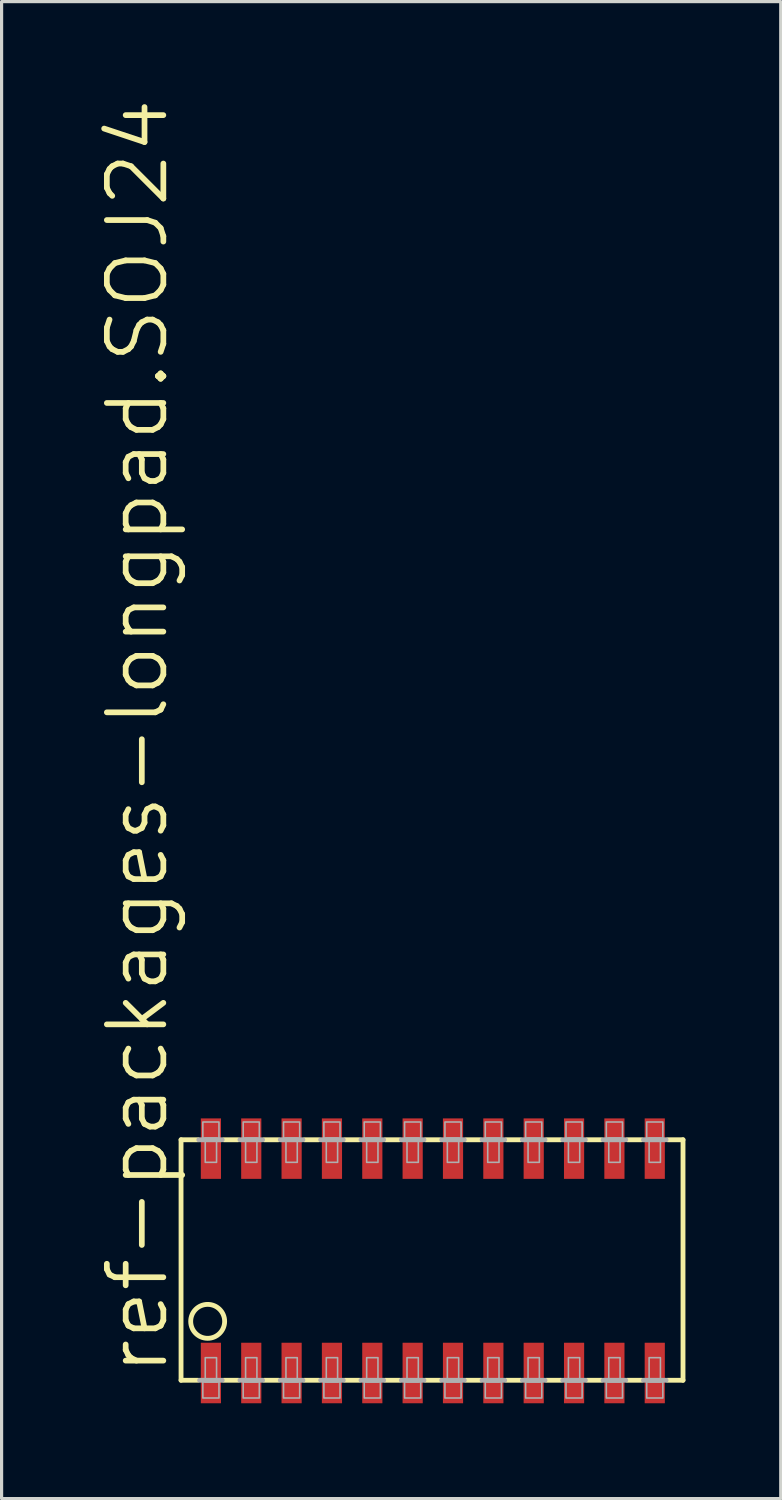
<source format=kicad_pcb>
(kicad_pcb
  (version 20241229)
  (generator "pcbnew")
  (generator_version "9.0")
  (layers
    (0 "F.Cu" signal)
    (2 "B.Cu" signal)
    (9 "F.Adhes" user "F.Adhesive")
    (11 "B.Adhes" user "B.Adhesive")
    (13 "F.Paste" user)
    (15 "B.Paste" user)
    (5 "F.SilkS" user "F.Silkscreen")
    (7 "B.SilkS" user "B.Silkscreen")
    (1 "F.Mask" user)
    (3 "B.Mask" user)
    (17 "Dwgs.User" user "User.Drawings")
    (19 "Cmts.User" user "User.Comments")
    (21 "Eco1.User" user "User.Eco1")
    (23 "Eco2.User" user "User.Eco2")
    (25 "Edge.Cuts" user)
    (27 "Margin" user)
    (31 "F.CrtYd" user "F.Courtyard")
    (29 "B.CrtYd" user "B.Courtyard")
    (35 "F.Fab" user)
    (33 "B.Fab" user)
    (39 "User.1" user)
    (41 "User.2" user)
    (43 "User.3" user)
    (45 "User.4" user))
  (footprint "ref-packages-longpad.SOJ24"
    (layer "F.Cu")
    (at 10.573 36.633)
    (property "Reference" "ref-packages-longpad.SOJ24" (at -8.255 3.683 90) (layer "F.SilkS") (effects (font (size 1.778 1.778) (thickness 0.18)) (justify left bottom)))
    (attr smd)
    (fp_line (start -7.925 -3.81) (end -7.925 3.759) (stroke (width 0.152) (type default)) (layer "F.SilkS"))
    (fp_line (start -7.925 -3.81) (end -7.391 -3.81) (stroke (width 0.152) (type default)) (layer "F.SilkS"))
    (fp_line (start -7.925 3.759) (end -7.391 3.759) (stroke (width 0.152) (type default)) (layer "F.SilkS"))
    (fp_line (start -6.579 -3.81) (end -6.121 -3.81) (stroke (width 0.152) (type default)) (layer "F.SilkS"))
    (fp_line (start -6.121 3.759) (end -6.579 3.759) (stroke (width 0.152) (type default)) (layer "F.SilkS"))
    (fp_line (start -5.309 -3.81) (end -4.851 -3.81) (stroke (width 0.152) (type default)) (layer "F.SilkS"))
    (fp_line (start -4.851 3.759) (end -5.309 3.759) (stroke (width 0.152) (type default)) (layer "F.SilkS"))
    (fp_line (start -4.039 -3.81) (end -3.581 -3.81) (stroke (width 0.152) (type default)) (layer "F.SilkS"))
    (fp_line (start -3.581 3.759) (end -4.039 3.759) (stroke (width 0.152) (type default)) (layer "F.SilkS"))
    (fp_line (start -2.769 -3.81) (end -2.311 -3.81) (stroke (width 0.152) (type default)) (layer "F.SilkS"))
    (fp_line (start -2.311 3.759) (end -2.769 3.759) (stroke (width 0.152) (type default)) (layer "F.SilkS"))
    (fp_line (start -1.499 -3.81) (end -1.041 -3.81) (stroke (width 0.152) (type default)) (layer "F.SilkS"))
    (fp_line (start -1.041 3.759) (end -1.499 3.759) (stroke (width 0.152) (type default)) (layer "F.SilkS"))
    (fp_line (start -0.229 -3.81) (end 0.229 -3.81) (stroke (width 0.152) (type default)) (layer "F.SilkS"))
    (fp_line (start 0.229 3.759) (end -0.229 3.759) (stroke (width 0.152) (type default)) (layer "F.SilkS"))
    (fp_line (start 1.041 -3.81) (end 1.499 -3.81) (stroke (width 0.152) (type default)) (layer "F.SilkS"))
    (fp_line (start 1.499 3.759) (end 1.041 3.759) (stroke (width 0.152) (type default)) (layer "F.SilkS"))
    (fp_line (start 2.311 -3.81) (end 2.769 -3.81) (stroke (width 0.152) (type default)) (layer "F.SilkS"))
    (fp_line (start 2.769 3.759) (end 2.311 3.759) (stroke (width 0.152) (type default)) (layer "F.SilkS"))
    (fp_line (start 3.581 -3.81) (end 4.039 -3.81) (stroke (width 0.152) (type default)) (layer "F.SilkS"))
    (fp_line (start 4.039 3.759) (end 3.581 3.759) (stroke (width 0.152) (type default)) (layer "F.SilkS"))
    (fp_line (start 4.851 -3.81) (end 5.309 -3.81) (stroke (width 0.152) (type default)) (layer "F.SilkS"))
    (fp_line (start 5.309 3.759) (end 4.851 3.759) (stroke (width 0.152) (type default)) (layer "F.SilkS"))
    (fp_line (start 6.121 -3.81) (end 6.579 -3.81) (stroke (width 0.152) (type default)) (layer "F.SilkS"))
    (fp_line (start 6.579 3.759) (end 6.121 3.759) (stroke (width 0.152) (type default)) (layer "F.SilkS"))
    (fp_line (start 7.874 -3.81) (end 7.391 -3.81) (stroke (width 0.152) (type default)) (layer "F.SilkS"))
    (fp_line (start 7.874 3.759) (end 7.391 3.759) (stroke (width 0.152) (type default)) (layer "F.SilkS"))
    (fp_line (start 7.874 3.759) (end 7.874 -3.81) (stroke (width 0.152) (type default)) (layer "F.SilkS"))
    (fp_circle (center -7.087 1.905) (end -6.553 1.905) (stroke (width 0.152) (type default)) (fill no) (layer "F.SilkS"))
    (fp_line (start -7.366 -3.81) (end -6.629 -3.81) (stroke (width 0.152) (type default)) (layer "F.Fab"))
    (fp_line (start -7.341 3.759) (end -6.629 3.759) (stroke (width 0.152) (type default)) (layer "F.Fab"))
    (fp_line (start -6.071 -3.81) (end -5.359 -3.81) (stroke (width 0.152) (type default)) (layer "F.Fab"))
    (fp_line (start -5.359 3.759) (end -6.071 3.759) (stroke (width 0.152) (type default)) (layer "F.Fab"))
    (fp_line (start -4.801 -3.81) (end -4.089 -3.81) (stroke (width 0.152) (type default)) (layer "F.Fab"))
    (fp_line (start -4.089 3.759) (end -4.801 3.759) (stroke (width 0.152) (type default)) (layer "F.Fab"))
    (fp_line (start -3.531 -3.81) (end -2.819 -3.81) (stroke (width 0.152) (type default)) (layer "F.Fab"))
    (fp_line (start -2.819 3.759) (end -3.531 3.759) (stroke (width 0.152) (type default)) (layer "F.Fab"))
    (fp_line (start -2.261 -3.81) (end -1.549 -3.81) (stroke (width 0.152) (type default)) (layer "F.Fab"))
    (fp_line (start -1.549 3.759) (end -2.261 3.759) (stroke (width 0.152) (type default)) (layer "F.Fab"))
    (fp_line (start -0.991 -3.81) (end -0.279 -3.81) (stroke (width 0.152) (type default)) (layer "F.Fab"))
    (fp_line (start -0.279 3.759) (end -0.991 3.759) (stroke (width 0.152) (type default)) (layer "F.Fab"))
    (fp_line (start 0.279 -3.81) (end 0.991 -3.81) (stroke (width 0.152) (type default)) (layer "F.Fab"))
    (fp_line (start 0.991 3.759) (end 0.279 3.759) (stroke (width 0.152) (type default)) (layer "F.Fab"))
    (fp_line (start 1.549 -3.81) (end 2.261 -3.81) (stroke (width 0.152) (type default)) (layer "F.Fab"))
    (fp_line (start 2.261 3.759) (end 1.549 3.759) (stroke (width 0.152) (type default)) (layer "F.Fab"))
    (fp_line (start 2.819 -3.81) (end 3.531 -3.81) (stroke (width 0.152) (type default)) (layer "F.Fab"))
    (fp_line (start 3.531 3.759) (end 2.819 3.759) (stroke (width 0.152) (type default)) (layer "F.Fab"))
    (fp_line (start 4.089 -3.81) (end 4.801 -3.81) (stroke (width 0.152) (type default)) (layer "F.Fab"))
    (fp_line (start 4.801 3.759) (end 4.089 3.759) (stroke (width 0.152) (type default)) (layer "F.Fab"))
    (fp_line (start 5.359 -3.81) (end 6.071 -3.81) (stroke (width 0.152) (type default)) (layer "F.Fab"))
    (fp_line (start 6.071 3.759) (end 5.359 3.759) (stroke (width 0.152) (type default)) (layer "F.Fab"))
    (fp_line (start 7.341 -3.81) (end 6.629 -3.81) (stroke (width 0.152) (type default)) (layer "F.Fab"))
    (fp_line (start 7.341 3.759) (end 6.629 3.759) (stroke (width 0.152) (type default)) (layer "F.Fab"))
    (fp_rect (start -7.239 -3.861) (end -6.731 -4.369) (stroke (width 0.05) (type default)) (fill no) (layer "F.Fab"))
    (fp_rect (start -7.239 4.318) (end -6.731 3.81) (stroke (width 0.05) (type default)) (fill no) (layer "F.Fab"))
    (fp_rect (start -7.163 -3.099) (end -6.807 -3.861) (stroke (width 0.05) (type default)) (fill no) (layer "F.Fab"))
    (fp_rect (start -7.163 3.81) (end -6.807 3.048) (stroke (width 0.05) (type default)) (fill no) (layer "F.Fab"))
    (fp_rect (start -5.969 -3.861) (end -5.461 -4.369) (stroke (width 0.05) (type default)) (fill no) (layer "F.Fab"))
    (fp_rect (start -5.969 4.318) (end -5.461 3.81) (stroke (width 0.05) (type default)) (fill no) (layer "F.Fab"))
    (fp_rect (start -5.893 -3.099) (end -5.537 -3.861) (stroke (width 0.05) (type default)) (fill no) (layer "F.Fab"))
    (fp_rect (start -5.893 3.81) (end -5.537 3.048) (stroke (width 0.05) (type default)) (fill no) (layer "F.Fab"))
    (fp_rect (start -4.699 -3.861) (end -4.191 -4.369) (stroke (width 0.05) (type default)) (fill no) (layer "F.Fab"))
    (fp_rect (start -4.699 4.318) (end -4.191 3.81) (stroke (width 0.05) (type default)) (fill no) (layer "F.Fab"))
    (fp_rect (start -4.623 -3.099) (end -4.267 -3.861) (stroke (width 0.05) (type default)) (fill no) (layer "F.Fab"))
    (fp_rect (start -4.623 3.81) (end -4.267 3.048) (stroke (width 0.05) (type default)) (fill no) (layer "F.Fab"))
    (fp_rect (start -3.429 -3.861) (end -2.921 -4.369) (stroke (width 0.05) (type default)) (fill no) (layer "F.Fab"))
    (fp_rect (start -3.429 4.318) (end -2.921 3.81) (stroke (width 0.05) (type default)) (fill no) (layer "F.Fab"))
    (fp_rect (start -3.353 -3.099) (end -2.997 -3.861) (stroke (width 0.05) (type default)) (fill no) (layer "F.Fab"))
    (fp_rect (start -3.353 3.81) (end -2.997 3.048) (stroke (width 0.05) (type default)) (fill no) (layer "F.Fab"))
    (fp_rect (start -2.159 -3.861) (end -1.651 -4.369) (stroke (width 0.05) (type default)) (fill no) (layer "F.Fab"))
    (fp_rect (start -2.159 4.318) (end -1.651 3.81) (stroke (width 0.05) (type default)) (fill no) (layer "F.Fab"))
    (fp_rect (start -2.083 -3.099) (end -1.727 -3.861) (stroke (width 0.05) (type default)) (fill no) (layer "F.Fab"))
    (fp_rect (start -2.083 3.81) (end -1.727 3.048) (stroke (width 0.05) (type default)) (fill no) (layer "F.Fab"))
    (fp_rect (start -0.889 -3.861) (end -0.381 -4.369) (stroke (width 0.05) (type default)) (fill no) (layer "F.Fab"))
    (fp_rect (start -0.889 4.318) (end -0.381 3.81) (stroke (width 0.05) (type default)) (fill no) (layer "F.Fab"))
    (fp_rect (start -0.813 -3.099) (end -0.457 -3.861) (stroke (width 0.05) (type default)) (fill no) (layer "F.Fab"))
    (fp_rect (start -0.813 3.81) (end -0.457 3.048) (stroke (width 0.05) (type default)) (fill no) (layer "F.Fab"))
    (fp_rect (start 0.381 -3.861) (end 0.889 -4.369) (stroke (width 0.05) (type default)) (fill no) (layer "F.Fab"))
    (fp_rect (start 0.381 4.318) (end 0.889 3.81) (stroke (width 0.05) (type default)) (fill no) (layer "F.Fab"))
    (fp_rect (start 0.457 -3.099) (end 0.813 -3.861) (stroke (width 0.05) (type default)) (fill no) (layer "F.Fab"))
    (fp_rect (start 0.457 3.81) (end 0.813 3.048) (stroke (width 0.05) (type default)) (fill no) (layer "F.Fab"))
    (fp_rect (start 1.651 -3.861) (end 2.159 -4.369) (stroke (width 0.05) (type default)) (fill no) (layer "F.Fab"))
    (fp_rect (start 1.651 4.318) (end 2.159 3.81) (stroke (width 0.05) (type default)) (fill no) (layer "F.Fab"))
    (fp_rect (start 1.727 -3.099) (end 2.083 -3.861) (stroke (width 0.05) (type default)) (fill no) (layer "F.Fab"))
    (fp_rect (start 1.727 3.81) (end 2.083 3.048) (stroke (width 0.05) (type default)) (fill no) (layer "F.Fab"))
    (fp_rect (start 2.921 -3.861) (end 3.429 -4.369) (stroke (width 0.05) (type default)) (fill no) (layer "F.Fab"))
    (fp_rect (start 2.921 4.318) (end 3.429 3.81) (stroke (width 0.05) (type default)) (fill no) (layer "F.Fab"))
    (fp_rect (start 2.997 -3.099) (end 3.353 -3.861) (stroke (width 0.05) (type default)) (fill no) (layer "F.Fab"))
    (fp_rect (start 2.997 3.81) (end 3.353 3.048) (stroke (width 0.05) (type default)) (fill no) (layer "F.Fab"))
    (fp_rect (start 4.191 -3.861) (end 4.699 -4.369) (stroke (width 0.05) (type default)) (fill no) (layer "F.Fab"))
    (fp_rect (start 4.191 4.318) (end 4.699 3.81) (stroke (width 0.05) (type default)) (fill no) (layer "F.Fab"))
    (fp_rect (start 4.267 -3.099) (end 4.623 -3.861) (stroke (width 0.05) (type default)) (fill no) (layer "F.Fab"))
    (fp_rect (start 4.267 3.81) (end 4.623 3.048) (stroke (width 0.05) (type default)) (fill no) (layer "F.Fab"))
    (fp_rect (start 5.461 -3.861) (end 5.969 -4.369) (stroke (width 0.05) (type default)) (fill no) (layer "F.Fab"))
    (fp_rect (start 5.461 4.318) (end 5.969 3.81) (stroke (width 0.05) (type default)) (fill no) (layer "F.Fab"))
    (fp_rect (start 5.537 -3.099) (end 5.893 -3.861) (stroke (width 0.05) (type default)) (fill no) (layer "F.Fab"))
    (fp_rect (start 5.537 3.81) (end 5.893 3.048) (stroke (width 0.05) (type default)) (fill no) (layer "F.Fab"))
    (fp_rect (start 6.731 -3.861) (end 7.239 -4.369) (stroke (width 0.05) (type default)) (fill no) (layer "F.Fab"))
    (fp_rect (start 6.731 4.318) (end 7.239 3.81) (stroke (width 0.05) (type default)) (fill no) (layer "F.Fab"))
    (fp_rect (start 6.807 -3.099) (end 7.163 -3.861) (stroke (width 0.05) (type default)) (fill no) (layer "F.Fab"))
    (fp_rect (start 6.807 3.81) (end 7.163 3.048) (stroke (width 0.05) (type default)) (fill no) (layer "F.Fab"))
    (pad "1" smd roundrect (at -6.985 3.531) (size 0.635 1.905) (layers "F.Cu" "F.Mask" "F.Paste") (roundrect_rratio 0.01))
    (pad "2" smd roundrect (at -5.715 3.531) (size 0.635 1.905) (layers "F.Cu" "F.Mask" "F.Paste") (roundrect_rratio 0.01))
    (pad "3" smd roundrect (at -4.445 3.531) (size 0.635 1.905) (layers "F.Cu" "F.Mask" "F.Paste") (roundrect_rratio 0.01))
    (pad "4" smd roundrect (at -3.175 3.531) (size 0.635 1.905) (layers "F.Cu" "F.Mask" "F.Paste") (roundrect_rratio 0.01))
    (pad "5" smd roundrect (at -1.905 3.531) (size 0.635 1.905) (layers "F.Cu" "F.Mask" "F.Paste") (roundrect_rratio 0.01))
    (pad "6" smd roundrect (at -0.635 3.531) (size 0.635 1.905) (layers "F.Cu" "F.Mask" "F.Paste") (roundrect_rratio 0.01))
    (pad "7" smd roundrect (at 0.635 3.531) (size 0.635 1.905) (layers "F.Cu" "F.Mask" "F.Paste") (roundrect_rratio 0.01))
    (pad "8" smd roundrect (at 1.905 3.531) (size 0.635 1.905) (layers "F.Cu" "F.Mask" "F.Paste") (roundrect_rratio 0.01))
    (pad "9" smd roundrect (at 3.175 3.531) (size 0.635 1.905) (layers "F.Cu" "F.Mask" "F.Paste") (roundrect_rratio 0.01))
    (pad "10" smd roundrect (at 4.445 3.531) (size 0.635 1.905) (layers "F.Cu" "F.Mask" "F.Paste") (roundrect_rratio 0.01))
    (pad "11" smd roundrect (at 5.715 3.531) (size 0.635 1.905) (layers "F.Cu" "F.Mask" "F.Paste") (roundrect_rratio 0.01))
    (pad "12" smd roundrect (at 6.985 3.531) (size 0.635 1.905) (layers "F.Cu" "F.Mask" "F.Paste") (roundrect_rratio 0.01))
    (pad "13" smd roundrect (at 6.985 -3.531) (size 0.635 1.905) (layers "F.Cu" "F.Mask" "F.Paste") (roundrect_rratio 0.01))
    (pad "14" smd roundrect (at 5.715 -3.531) (size 0.635 1.905) (layers "F.Cu" "F.Mask" "F.Paste") (roundrect_rratio 0.01))
    (pad "15" smd roundrect (at 4.445 -3.531) (size 0.635 1.905) (layers "F.Cu" "F.Mask" "F.Paste") (roundrect_rratio 0.01))
    (pad "16" smd roundrect (at 3.175 -3.531) (size 0.635 1.905) (layers "F.Cu" "F.Mask" "F.Paste") (roundrect_rratio 0.01))
    (pad "17" smd roundrect (at 1.905 -3.531) (size 0.635 1.905) (layers "F.Cu" "F.Mask" "F.Paste") (roundrect_rratio 0.01))
    (pad "18" smd roundrect (at 0.635 -3.531) (size 0.635 1.905) (layers "F.Cu" "F.Mask" "F.Paste") (roundrect_rratio 0.01))
    (pad "19" smd roundrect (at -0.635 -3.531) (size 0.635 1.905) (layers "F.Cu" "F.Mask" "F.Paste") (roundrect_rratio 0.01))
    (pad "20" smd roundrect (at -1.905 -3.531) (size 0.635 1.905) (layers "F.Cu" "F.Mask" "F.Paste") (roundrect_rratio 0.01))
    (pad "21" smd roundrect (at -3.175 -3.531) (size 0.635 1.905) (layers "F.Cu" "F.Mask" "F.Paste") (roundrect_rratio 0.01))
    (pad "22" smd roundrect (at -4.445 -3.531) (size 0.635 1.905) (layers "F.Cu" "F.Mask" "F.Paste") (roundrect_rratio 0.01))
    (pad "23" smd roundrect (at -5.715 -3.531) (size 0.635 1.905) (layers "F.Cu" "F.Mask" "F.Paste") (roundrect_rratio 0.01))
    (pad "24" smd roundrect (at -6.985 -3.531) (size 0.635 1.905) (layers "F.Cu" "F.Mask" "F.Paste") (roundrect_rratio 0.01)))
  (gr_rect
    (start -3 -3)
    (end 21.523 44.117)
    (stroke (width 0.1) (type default))
    (fill no)
    (layer "Edge.Cuts")))
</source>
